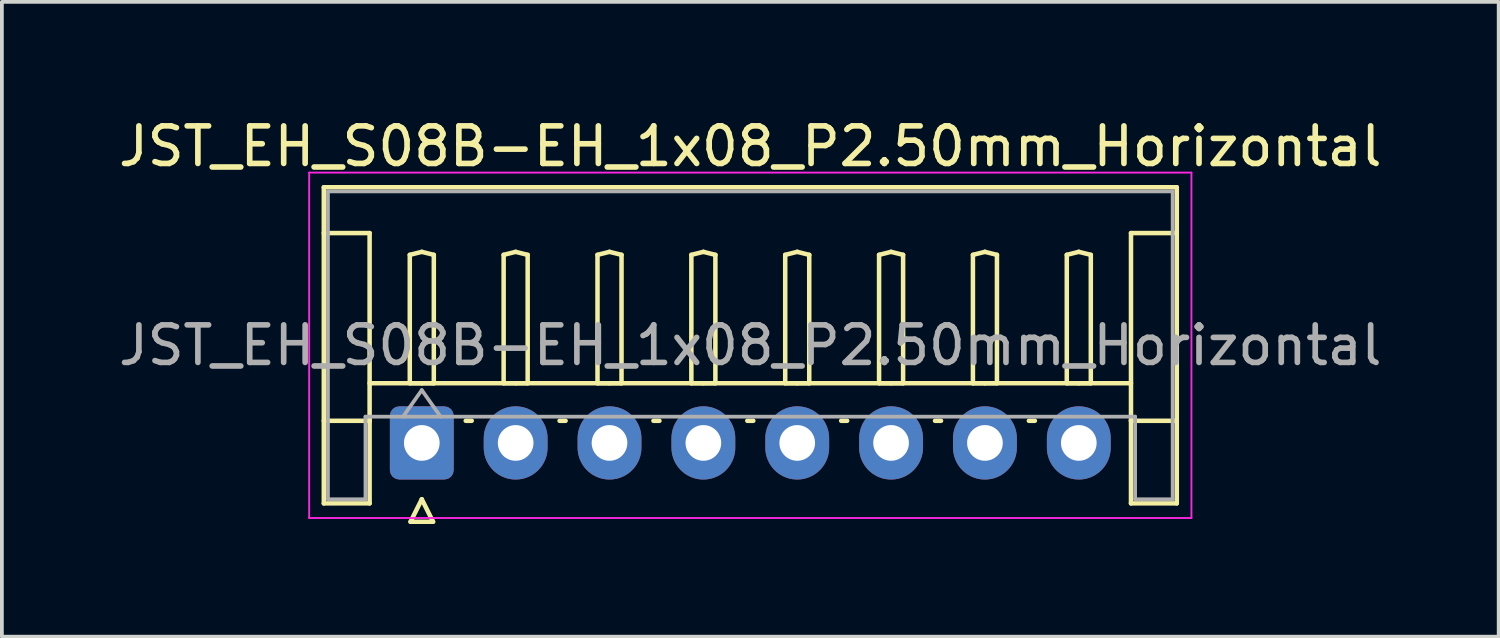
<source format=kicad_pcb>
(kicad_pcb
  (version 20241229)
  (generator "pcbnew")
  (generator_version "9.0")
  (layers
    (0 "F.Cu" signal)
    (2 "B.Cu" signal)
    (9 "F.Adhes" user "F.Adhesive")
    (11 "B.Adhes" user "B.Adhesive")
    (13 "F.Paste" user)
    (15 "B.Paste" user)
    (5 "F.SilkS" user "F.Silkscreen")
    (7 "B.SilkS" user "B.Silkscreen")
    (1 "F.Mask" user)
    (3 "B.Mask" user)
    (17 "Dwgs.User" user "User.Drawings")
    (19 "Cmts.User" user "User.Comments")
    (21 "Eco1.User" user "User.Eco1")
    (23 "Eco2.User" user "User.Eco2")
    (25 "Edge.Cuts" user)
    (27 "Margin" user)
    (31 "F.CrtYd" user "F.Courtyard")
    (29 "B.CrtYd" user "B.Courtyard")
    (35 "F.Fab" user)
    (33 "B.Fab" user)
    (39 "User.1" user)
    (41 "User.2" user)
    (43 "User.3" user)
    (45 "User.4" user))
  (footprint "JST_EH_S08B-EH_1x08_P2.50mm_Horizontal"
    (layer "F.Cu")
    (at 8.185 8.748)
    (property "Reference" "JST_EH_S08B-EH_1x08_P2.50mm_Horizontal" (at 8.75 -7.9 0) (layer "F.SilkS") (effects (font (size 1 1) (thickness 0.15))))
    (attr through_hole)
    (fp_line (start -2.61 -6.81) (end 20.11 -6.81) (stroke (width 0.12) (type solid)) (layer "F.SilkS"))
    (fp_line (start -2.61 -5.59) (end -1.39 -5.59) (stroke (width 0.12) (type solid)) (layer "F.SilkS"))
    (fp_line (start -2.61 1.61) (end -2.61 -6.81) (stroke (width 0.12) (type solid)) (layer "F.SilkS"))
    (fp_line (start -1.39 -5.59) (end -1.39 -0.59) (stroke (width 0.12) (type solid)) (layer "F.SilkS"))
    (fp_line (start -1.39 -1.59) (end 18.89 -1.59) (stroke (width 0.12) (type solid)) (layer "F.SilkS"))
    (fp_line (start -1.39 -0.59) (end -2.61 -0.59) (stroke (width 0.12) (type solid)) (layer "F.SilkS"))
    (fp_line (start -1.39 -0.59) (end -1.39 1.61) (stroke (width 0.12) (type solid)) (layer "F.SilkS"))
    (fp_line (start -1.39 1.61) (end -2.61 1.61) (stroke (width 0.12) (type solid)) (layer "F.SilkS"))
    (fp_line (start -0.32 -5.01) (end 0 -5.09) (stroke (width 0.12) (type solid)) (layer "F.SilkS"))
    (fp_line (start -0.32 -1.59) (end -0.32 -5.01) (stroke (width 0.12) (type solid)) (layer "F.SilkS"))
    (fp_line (start -0.3 2.1) (end 0.3 2.1) (stroke (width 0.12) (type solid)) (layer "F.SilkS"))
    (fp_line (start 0 -5.09) (end 0.32 -5.01) (stroke (width 0.12) (type solid)) (layer "F.SilkS"))
    (fp_line (start 0 -1.59) (end -0.32 -1.59) (stroke (width 0.12) (type solid)) (layer "F.SilkS"))
    (fp_line (start 0 1.5) (end -0.3 2.1) (stroke (width 0.12) (type solid)) (layer "F.SilkS"))
    (fp_line (start 0.3 2.1) (end 0 1.5) (stroke (width 0.12) (type solid)) (layer "F.SilkS"))
    (fp_line (start 0.32 -5.01) (end 0.32 -1.59) (stroke (width 0.12) (type solid)) (layer "F.SilkS"))
    (fp_line (start 0.32 -1.59) (end 0 -1.59) (stroke (width 0.12) (type solid)) (layer "F.SilkS"))
    (fp_line (start 1.17 -0.59) (end 1.33 -0.59) (stroke (width 0.12) (type solid)) (layer "F.SilkS"))
    (fp_line (start 2.18 -5.01) (end 2.5 -5.09) (stroke (width 0.12) (type solid)) (layer "F.SilkS"))
    (fp_line (start 2.18 -1.59) (end 2.18 -5.01) (stroke (width 0.12) (type solid)) (layer "F.SilkS"))
    (fp_line (start 2.5 -5.09) (end 2.82 -5.01) (stroke (width 0.12) (type solid)) (layer "F.SilkS"))
    (fp_line (start 2.5 -1.59) (end 2.18 -1.59) (stroke (width 0.12) (type solid)) (layer "F.SilkS"))
    (fp_line (start 2.82 -5.01) (end 2.82 -1.59) (stroke (width 0.12) (type solid)) (layer "F.SilkS"))
    (fp_line (start 2.82 -1.59) (end 2.5 -1.59) (stroke (width 0.12) (type solid)) (layer "F.SilkS"))
    (fp_line (start 3.67 -0.59) (end 3.83 -0.59) (stroke (width 0.12) (type solid)) (layer "F.SilkS"))
    (fp_line (start 4.68 -5.01) (end 5 -5.09) (stroke (width 0.12) (type solid)) (layer "F.SilkS"))
    (fp_line (start 4.68 -1.59) (end 4.68 -5.01) (stroke (width 0.12) (type solid)) (layer "F.SilkS"))
    (fp_line (start 5 -5.09) (end 5.32 -5.01) (stroke (width 0.12) (type solid)) (layer "F.SilkS"))
    (fp_line (start 5 -1.59) (end 4.68 -1.59) (stroke (width 0.12) (type solid)) (layer "F.SilkS"))
    (fp_line (start 5.32 -5.01) (end 5.32 -1.59) (stroke (width 0.12) (type solid)) (layer "F.SilkS"))
    (fp_line (start 5.32 -1.59) (end 5 -1.59) (stroke (width 0.12) (type solid)) (layer "F.SilkS"))
    (fp_line (start 6.17 -0.59) (end 6.33 -0.59) (stroke (width 0.12) (type solid)) (layer "F.SilkS"))
    (fp_line (start 7.18 -5.01) (end 7.5 -5.09) (stroke (width 0.12) (type solid)) (layer "F.SilkS"))
    (fp_line (start 7.18 -1.59) (end 7.18 -5.01) (stroke (width 0.12) (type solid)) (layer "F.SilkS"))
    (fp_line (start 7.5 -5.09) (end 7.82 -5.01) (stroke (width 0.12) (type solid)) (layer "F.SilkS"))
    (fp_line (start 7.5 -1.59) (end 7.18 -1.59) (stroke (width 0.12) (type solid)) (layer "F.SilkS"))
    (fp_line (start 7.82 -5.01) (end 7.82 -1.59) (stroke (width 0.12) (type solid)) (layer "F.SilkS"))
    (fp_line (start 7.82 -1.59) (end 7.5 -1.59) (stroke (width 0.12) (type solid)) (layer "F.SilkS"))
    (fp_line (start 8.67 -0.59) (end 8.83 -0.59) (stroke (width 0.12) (type solid)) (layer "F.SilkS"))
    (fp_line (start 9.68 -5.01) (end 10 -5.09) (stroke (width 0.12) (type solid)) (layer "F.SilkS"))
    (fp_line (start 9.68 -1.59) (end 9.68 -5.01) (stroke (width 0.12) (type solid)) (layer "F.SilkS"))
    (fp_line (start 10 -5.09) (end 10.32 -5.01) (stroke (width 0.12) (type solid)) (layer "F.SilkS"))
    (fp_line (start 10 -1.59) (end 9.68 -1.59) (stroke (width 0.12) (type solid)) (layer "F.SilkS"))
    (fp_line (start 10.32 -5.01) (end 10.32 -1.59) (stroke (width 0.12) (type solid)) (layer "F.SilkS"))
    (fp_line (start 10.32 -1.59) (end 10 -1.59) (stroke (width 0.12) (type solid)) (layer "F.SilkS"))
    (fp_line (start 11.17 -0.59) (end 11.33 -0.59) (stroke (width 0.12) (type solid)) (layer "F.SilkS"))
    (fp_line (start 12.18 -5.01) (end 12.5 -5.09) (stroke (width 0.12) (type solid)) (layer "F.SilkS"))
    (fp_line (start 12.18 -1.59) (end 12.18 -5.01) (stroke (width 0.12) (type solid)) (layer "F.SilkS"))
    (fp_line (start 12.5 -5.09) (end 12.82 -5.01) (stroke (width 0.12) (type solid)) (layer "F.SilkS"))
    (fp_line (start 12.5 -1.59) (end 12.18 -1.59) (stroke (width 0.12) (type solid)) (layer "F.SilkS"))
    (fp_line (start 12.82 -5.01) (end 12.82 -1.59) (stroke (width 0.12) (type solid)) (layer "F.SilkS"))
    (fp_line (start 12.82 -1.59) (end 12.5 -1.59) (stroke (width 0.12) (type solid)) (layer "F.SilkS"))
    (fp_line (start 13.67 -0.59) (end 13.83 -0.59) (stroke (width 0.12) (type solid)) (layer "F.SilkS"))
    (fp_line (start 14.68 -5.01) (end 15 -5.09) (stroke (width 0.12) (type solid)) (layer "F.SilkS"))
    (fp_line (start 14.68 -1.59) (end 14.68 -5.01) (stroke (width 0.12) (type solid)) (layer "F.SilkS"))
    (fp_line (start 15 -5.09) (end 15.32 -5.01) (stroke (width 0.12) (type solid)) (layer "F.SilkS"))
    (fp_line (start 15 -1.59) (end 14.68 -1.59) (stroke (width 0.12) (type solid)) (layer "F.SilkS"))
    (fp_line (start 15.32 -5.01) (end 15.32 -1.59) (stroke (width 0.12) (type solid)) (layer "F.SilkS"))
    (fp_line (start 15.32 -1.59) (end 15 -1.59) (stroke (width 0.12) (type solid)) (layer "F.SilkS"))
    (fp_line (start 16.17 -0.59) (end 16.33 -0.59) (stroke (width 0.12) (type solid)) (layer "F.SilkS"))
    (fp_line (start 17.18 -5.01) (end 17.5 -5.09) (stroke (width 0.12) (type solid)) (layer "F.SilkS"))
    (fp_line (start 17.18 -1.59) (end 17.18 -5.01) (stroke (width 0.12) (type solid)) (layer "F.SilkS"))
    (fp_line (start 17.5 -5.09) (end 17.82 -5.01) (stroke (width 0.12) (type solid)) (layer "F.SilkS"))
    (fp_line (start 17.5 -1.59) (end 17.18 -1.59) (stroke (width 0.12) (type solid)) (layer "F.SilkS"))
    (fp_line (start 17.82 -5.01) (end 17.82 -1.59) (stroke (width 0.12) (type solid)) (layer "F.SilkS"))
    (fp_line (start 17.82 -1.59) (end 17.5 -1.59) (stroke (width 0.12) (type solid)) (layer "F.SilkS"))
    (fp_line (start 18.89 -5.59) (end 18.89 -0.59) (stroke (width 0.12) (type solid)) (layer "F.SilkS"))
    (fp_line (start 18.89 -0.59) (end 20.11 -0.59) (stroke (width 0.12) (type solid)) (layer "F.SilkS"))
    (fp_line (start 18.89 1.61) (end 18.89 -0.59) (stroke (width 0.12) (type solid)) (layer "F.SilkS"))
    (fp_line (start 20.11 -6.81) (end 20.11 1.61) (stroke (width 0.12) (type solid)) (layer "F.SilkS"))
    (fp_line (start 20.11 -5.59) (end 18.89 -5.59) (stroke (width 0.12) (type solid)) (layer "F.SilkS"))
    (fp_line (start 20.11 1.61) (end 18.89 1.61) (stroke (width 0.12) (type solid)) (layer "F.SilkS"))
    (fp_line (start -3 -7.2) (end -3 2) (stroke (width 0.05) (type solid)) (layer "F.CrtYd"))
    (fp_line (start -3 2) (end 20.5 2) (stroke (width 0.05) (type solid)) (layer "F.CrtYd"))
    (fp_line (start 20.5 -7.2) (end -3 -7.2) (stroke (width 0.05) (type solid)) (layer "F.CrtYd"))
    (fp_line (start 20.5 2) (end 20.5 -7.2) (stroke (width 0.05) (type solid)) (layer "F.CrtYd"))
    (fp_line (start -2.5 -6.7) (end 20 -6.7) (stroke (width 0.1) (type solid)) (layer "F.Fab"))
    (fp_line (start -2.5 1.5) (end -2.5 -6.7) (stroke (width 0.1) (type solid)) (layer "F.Fab"))
    (fp_line (start -1.5 -0.7) (end -1.5 1.5) (stroke (width 0.1) (type solid)) (layer "F.Fab"))
    (fp_line (start -1.5 1.5) (end -2.5 1.5) (stroke (width 0.1) (type solid)) (layer "F.Fab"))
    (fp_line (start -0.5 -0.7) (end 0 -1.407) (stroke (width 0.1) (type solid)) (layer "F.Fab"))
    (fp_line (start 0 -1.407) (end 0.5 -0.7) (stroke (width 0.1) (type solid)) (layer "F.Fab"))
    (fp_line (start 19 -0.7) (end -1.5 -0.7) (stroke (width 0.1) (type solid)) (layer "F.Fab"))
    (fp_line (start 19 1.5) (end 19 -0.7) (stroke (width 0.1) (type solid)) (layer "F.Fab"))
    (fp_line (start 20 -6.7) (end 20 1.5) (stroke (width 0.1) (type solid)) (layer "F.Fab"))
    (fp_line (start 20 1.5) (end 19 1.5) (stroke (width 0.1) (type solid)) (layer "F.Fab"))
    (fp_text user "${REFERENCE}" (at 8.75 -2.6 0) (layer "F.Fab") (effects (font (size 1 1) (thickness 0.15))))
    (pad "1" thru_hole roundrect (at 0 0) (size 1.7 1.95) (drill 0.95) (layers "*.Cu" "*.Mask") (roundrect_rratio 0.147))
    (pad "2" thru_hole oval (at 2.5 0) (size 1.7 1.95) (drill 0.95) (layers "*.Cu" "*.Mask"))
    (pad "3" thru_hole oval (at 5 0) (size 1.7 1.95) (drill 0.95) (layers "*.Cu" "*.Mask"))
    (pad "4" thru_hole oval (at 7.5 0) (size 1.7 1.95) (drill 0.95) (layers "*.Cu" "*.Mask"))
    (pad "5" thru_hole oval (at 10 0) (size 1.7 1.95) (drill 0.95) (layers "*.Cu" "*.Mask"))
    (pad "6" thru_hole oval (at 12.5 0) (size 1.7 1.95) (drill 0.95) (layers "*.Cu" "*.Mask"))
    (pad "7" thru_hole oval (at 15 0) (size 1.7 1.95) (drill 0.95) (layers "*.Cu" "*.Mask"))
    (pad "8" thru_hole oval (at 17.5 0) (size 1.7 1.95) (drill 0.95) (layers "*.Cu" "*.Mask")))
  (gr_rect
    (start -3 -3)
    (end 36.869 13.908)
    (stroke (width 0.1) (type default))
    (fill no)
    (layer "Edge.Cuts")))
</source>
